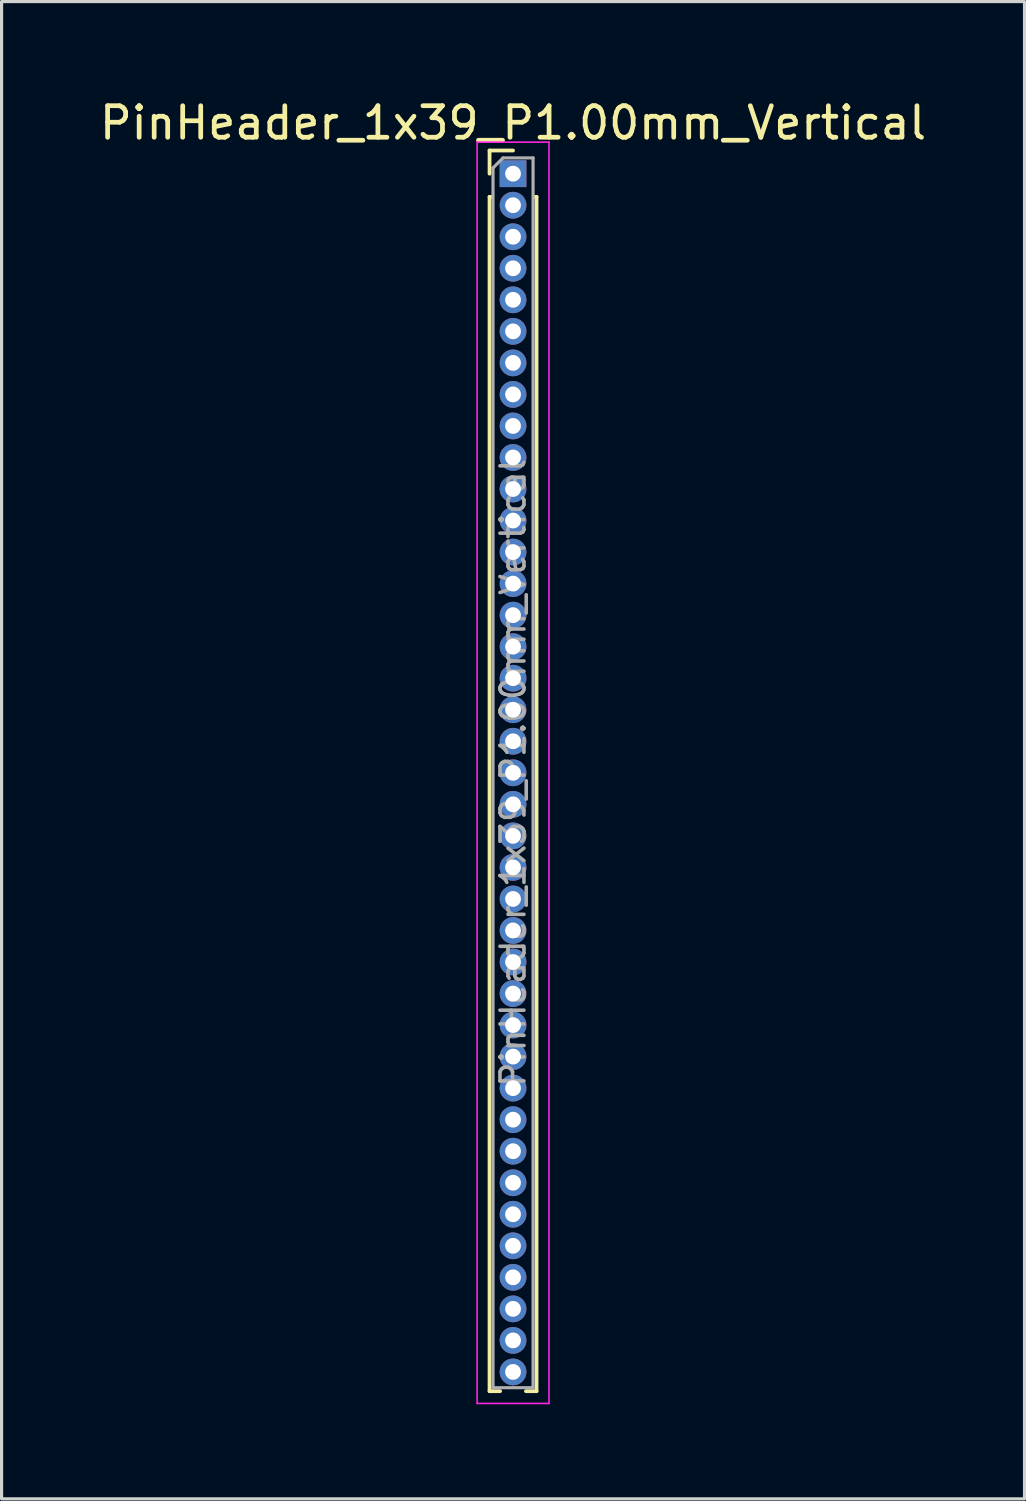
<source format=kicad_pcb>
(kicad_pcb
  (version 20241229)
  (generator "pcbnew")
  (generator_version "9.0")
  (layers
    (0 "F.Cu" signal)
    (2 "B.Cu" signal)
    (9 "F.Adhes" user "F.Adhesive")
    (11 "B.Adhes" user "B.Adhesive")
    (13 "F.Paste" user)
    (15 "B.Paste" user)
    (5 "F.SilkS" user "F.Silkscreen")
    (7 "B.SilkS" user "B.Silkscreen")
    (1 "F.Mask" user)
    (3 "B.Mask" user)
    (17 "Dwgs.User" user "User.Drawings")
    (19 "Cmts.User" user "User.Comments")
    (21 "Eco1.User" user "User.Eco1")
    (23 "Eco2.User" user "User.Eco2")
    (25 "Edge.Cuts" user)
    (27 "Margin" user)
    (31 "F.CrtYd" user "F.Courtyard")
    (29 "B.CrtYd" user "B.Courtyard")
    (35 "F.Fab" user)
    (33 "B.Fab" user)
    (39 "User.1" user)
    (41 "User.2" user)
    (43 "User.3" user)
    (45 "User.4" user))
  (footprint "PinHeader_1x39_P1.00mm_Vertical"
    (layer "F.Cu")
    (at 13.22 2.458)
    (property "Reference" "PinHeader_1x39_P1.00mm_Vertical" (at 0 -1.61 0) (layer "F.SilkS") (effects (font (size 1 1) (thickness 0.15))))
    (attr through_hole)
    (fp_line (start -0.745 -0.735) (end 0 -0.735) (stroke (width 0.12) (type solid)) (layer "F.SilkS"))
    (fp_line (start -0.745 0) (end -0.745 -0.735) (stroke (width 0.12) (type solid)) (layer "F.SilkS"))
    (fp_line (start -0.745 0.735) (end -0.745 38.61) (stroke (width 0.12) (type solid)) (layer "F.SilkS"))
    (fp_line (start -0.745 0.735) (end -0.686 0.735) (stroke (width 0.12) (type solid)) (layer "F.SilkS"))
    (fp_line (start -0.745 38.61) (end -0.41 38.61) (stroke (width 0.12) (type solid)) (layer "F.SilkS"))
    (fp_line (start 0.41 38.61) (end 0.745 38.61) (stroke (width 0.12) (type solid)) (layer "F.SilkS"))
    (fp_line (start 0.686 0.735) (end 0.745 0.735) (stroke (width 0.12) (type solid)) (layer "F.SilkS"))
    (fp_line (start 0.745 0.735) (end 0.745 38.61) (stroke (width 0.12) (type solid)) (layer "F.SilkS"))
    (fp_line (start -1.14 -1) (end -1.14 39) (stroke (width 0.05) (type solid)) (layer "F.CrtYd"))
    (fp_line (start -1.14 39) (end 1.14 39) (stroke (width 0.05) (type solid)) (layer "F.CrtYd"))
    (fp_line (start 1.14 -1) (end -1.14 -1) (stroke (width 0.05) (type solid)) (layer "F.CrtYd"))
    (fp_line (start 1.14 39) (end 1.14 -1) (stroke (width 0.05) (type solid)) (layer "F.CrtYd"))
    (fp_line (start -0.635 -0.182) (end -0.318 -0.5) (stroke (width 0.1) (type solid)) (layer "F.Fab"))
    (fp_line (start -0.635 38.5) (end -0.635 -0.182) (stroke (width 0.1) (type solid)) (layer "F.Fab"))
    (fp_line (start -0.318 -0.5) (end 0.635 -0.5) (stroke (width 0.1) (type solid)) (layer "F.Fab"))
    (fp_line (start 0.635 -0.5) (end 0.635 38.5) (stroke (width 0.1) (type solid)) (layer "F.Fab"))
    (fp_line (start 0.635 38.5) (end -0.635 38.5) (stroke (width 0.1) (type solid)) (layer "F.Fab"))
    (fp_text user "${REFERENCE}" (at 0 19 90) (layer "F.Fab") (effects (font (size 0.76 0.76) (thickness 0.114))))
    (pad "1" thru_hole rect (at 0 0) (size 0.85 0.85) (drill 0.5) (layers "*.Cu" "*.Mask"))
    (pad "2" thru_hole circle (at 0 1) (size 0.85 0.85) (drill 0.5) (layers "*.Cu" "*.Mask"))
    (pad "3" thru_hole circle (at 0 2) (size 0.85 0.85) (drill 0.5) (layers "*.Cu" "*.Mask"))
    (pad "4" thru_hole circle (at 0 3) (size 0.85 0.85) (drill 0.5) (layers "*.Cu" "*.Mask"))
    (pad "5" thru_hole circle (at 0 4) (size 0.85 0.85) (drill 0.5) (layers "*.Cu" "*.Mask"))
    (pad "6" thru_hole circle (at 0 5) (size 0.85 0.85) (drill 0.5) (layers "*.Cu" "*.Mask"))
    (pad "7" thru_hole circle (at 0 6) (size 0.85 0.85) (drill 0.5) (layers "*.Cu" "*.Mask"))
    (pad "8" thru_hole circle (at 0 7) (size 0.85 0.85) (drill 0.5) (layers "*.Cu" "*.Mask"))
    (pad "9" thru_hole circle (at 0 8) (size 0.85 0.85) (drill 0.5) (layers "*.Cu" "*.Mask"))
    (pad "10" thru_hole circle (at 0 9) (size 0.85 0.85) (drill 0.5) (layers "*.Cu" "*.Mask"))
    (pad "11" thru_hole circle (at 0 10) (size 0.85 0.85) (drill 0.5) (layers "*.Cu" "*.Mask"))
    (pad "12" thru_hole circle (at 0 11) (size 0.85 0.85) (drill 0.5) (layers "*.Cu" "*.Mask"))
    (pad "13" thru_hole circle (at 0 12) (size 0.85 0.85) (drill 0.5) (layers "*.Cu" "*.Mask"))
    (pad "14" thru_hole circle (at 0 13) (size 0.85 0.85) (drill 0.5) (layers "*.Cu" "*.Mask"))
    (pad "15" thru_hole circle (at 0 14) (size 0.85 0.85) (drill 0.5) (layers "*.Cu" "*.Mask"))
    (pad "16" thru_hole circle (at 0 15) (size 0.85 0.85) (drill 0.5) (layers "*.Cu" "*.Mask"))
    (pad "17" thru_hole circle (at 0 16) (size 0.85 0.85) (drill 0.5) (layers "*.Cu" "*.Mask"))
    (pad "18" thru_hole circle (at 0 17) (size 0.85 0.85) (drill 0.5) (layers "*.Cu" "*.Mask"))
    (pad "19" thru_hole circle (at 0 18) (size 0.85 0.85) (drill 0.5) (layers "*.Cu" "*.Mask"))
    (pad "20" thru_hole circle (at 0 19) (size 0.85 0.85) (drill 0.5) (layers "*.Cu" "*.Mask"))
    (pad "21" thru_hole circle (at 0 20) (size 0.85 0.85) (drill 0.5) (layers "*.Cu" "*.Mask"))
    (pad "22" thru_hole circle (at 0 21) (size 0.85 0.85) (drill 0.5) (layers "*.Cu" "*.Mask"))
    (pad "23" thru_hole circle (at 0 22) (size 0.85 0.85) (drill 0.5) (layers "*.Cu" "*.Mask"))
    (pad "24" thru_hole circle (at 0 23) (size 0.85 0.85) (drill 0.5) (layers "*.Cu" "*.Mask"))
    (pad "25" thru_hole circle (at 0 24) (size 0.85 0.85) (drill 0.5) (layers "*.Cu" "*.Mask"))
    (pad "26" thru_hole circle (at 0 25) (size 0.85 0.85) (drill 0.5) (layers "*.Cu" "*.Mask"))
    (pad "27" thru_hole circle (at 0 26) (size 0.85 0.85) (drill 0.5) (layers "*.Cu" "*.Mask"))
    (pad "28" thru_hole circle (at 0 27) (size 0.85 0.85) (drill 0.5) (layers "*.Cu" "*.Mask"))
    (pad "29" thru_hole circle (at 0 28) (size 0.85 0.85) (drill 0.5) (layers "*.Cu" "*.Mask"))
    (pad "30" thru_hole circle (at 0 29) (size 0.85 0.85) (drill 0.5) (layers "*.Cu" "*.Mask"))
    (pad "31" thru_hole circle (at 0 30) (size 0.85 0.85) (drill 0.5) (layers "*.Cu" "*.Mask"))
    (pad "32" thru_hole circle (at 0 31) (size 0.85 0.85) (drill 0.5) (layers "*.Cu" "*.Mask"))
    (pad "33" thru_hole circle (at 0 32) (size 0.85 0.85) (drill 0.5) (layers "*.Cu" "*.Mask"))
    (pad "34" thru_hole circle (at 0 33) (size 0.85 0.85) (drill 0.5) (layers "*.Cu" "*.Mask"))
    (pad "35" thru_hole circle (at 0 34) (size 0.85 0.85) (drill 0.5) (layers "*.Cu" "*.Mask"))
    (pad "36" thru_hole circle (at 0 35) (size 0.85 0.85) (drill 0.5) (layers "*.Cu" "*.Mask"))
    (pad "37" thru_hole circle (at 0 36) (size 0.85 0.85) (drill 0.5) (layers "*.Cu" "*.Mask"))
    (pad "38" thru_hole circle (at 0 37) (size 0.85 0.85) (drill 0.5) (layers "*.Cu" "*.Mask"))
    (pad "39" thru_hole circle (at 0 38) (size 0.85 0.85) (drill 0.5) (layers "*.Cu" "*.Mask")))
  (gr_rect
    (start -3 -3)
    (end 29.44 44.483)
    (stroke (width 0.1) (type default))
    (fill no)
    (layer "Edge.Cuts")))
</source>
